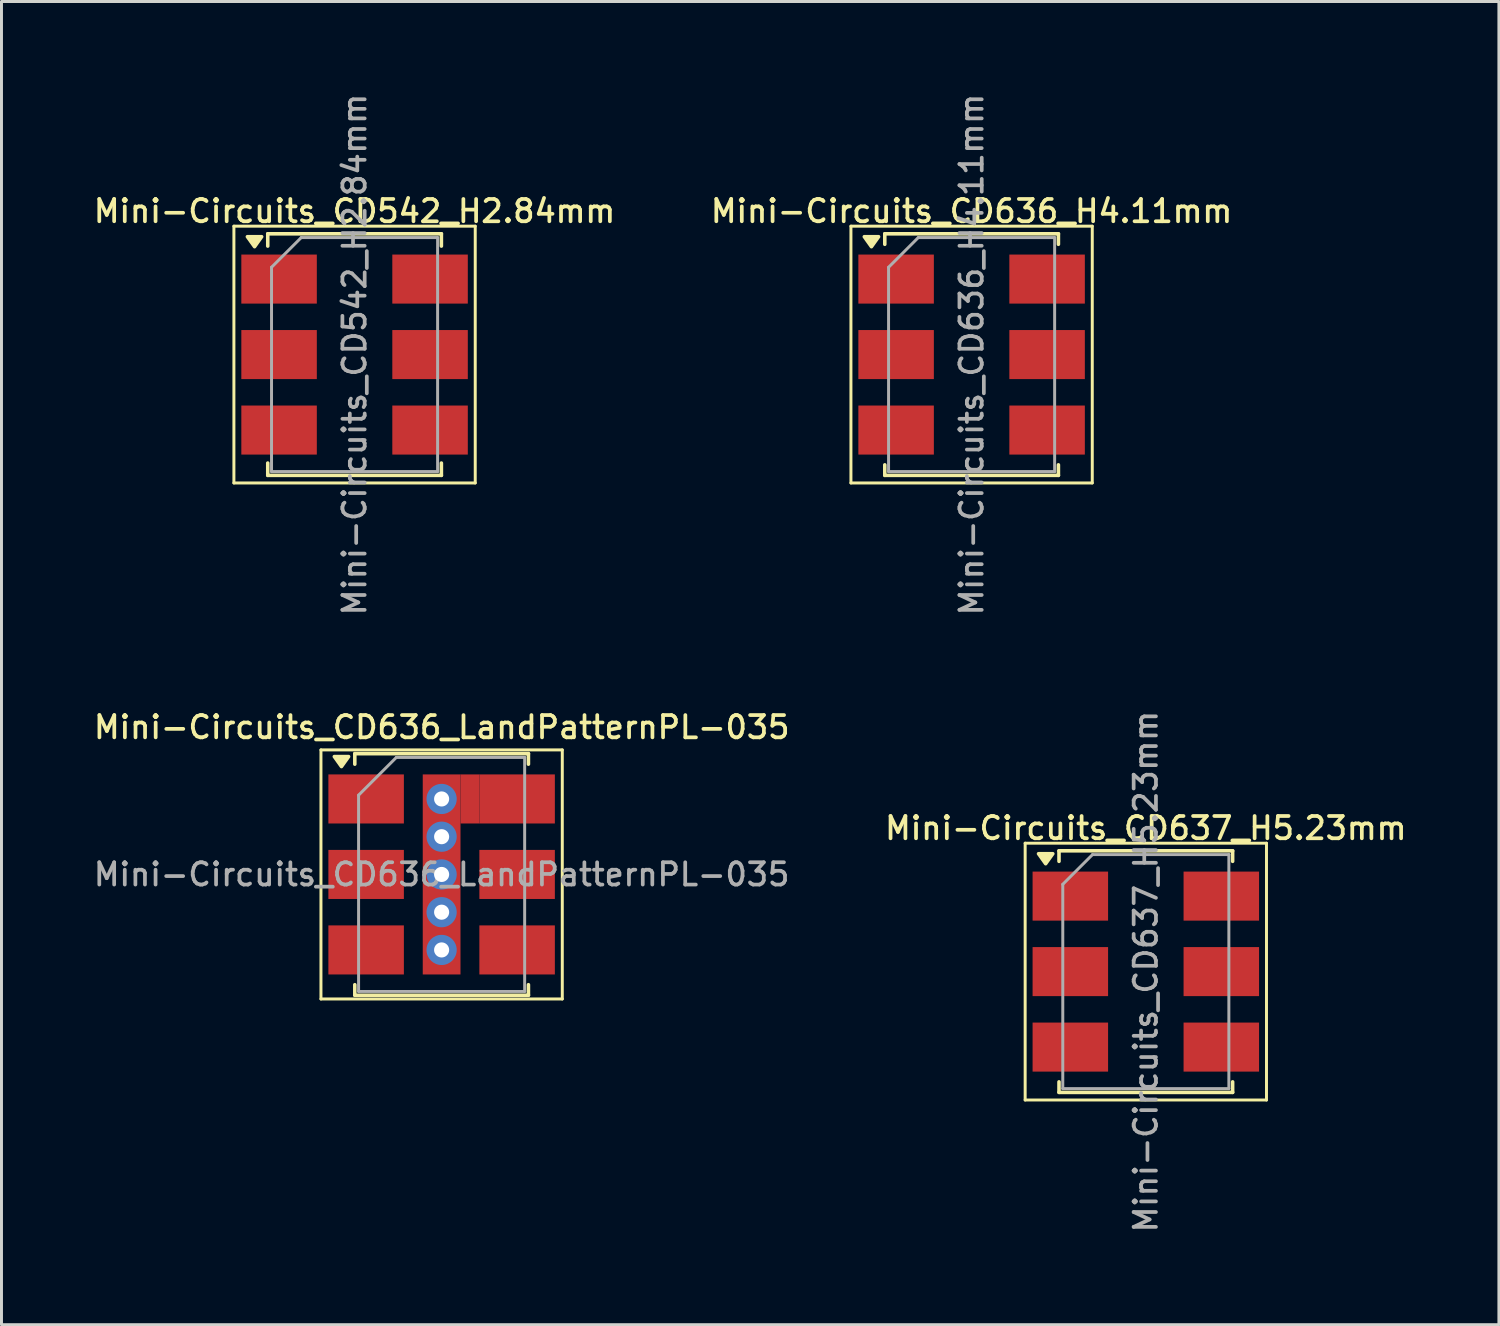
<source format=kicad_pcb>
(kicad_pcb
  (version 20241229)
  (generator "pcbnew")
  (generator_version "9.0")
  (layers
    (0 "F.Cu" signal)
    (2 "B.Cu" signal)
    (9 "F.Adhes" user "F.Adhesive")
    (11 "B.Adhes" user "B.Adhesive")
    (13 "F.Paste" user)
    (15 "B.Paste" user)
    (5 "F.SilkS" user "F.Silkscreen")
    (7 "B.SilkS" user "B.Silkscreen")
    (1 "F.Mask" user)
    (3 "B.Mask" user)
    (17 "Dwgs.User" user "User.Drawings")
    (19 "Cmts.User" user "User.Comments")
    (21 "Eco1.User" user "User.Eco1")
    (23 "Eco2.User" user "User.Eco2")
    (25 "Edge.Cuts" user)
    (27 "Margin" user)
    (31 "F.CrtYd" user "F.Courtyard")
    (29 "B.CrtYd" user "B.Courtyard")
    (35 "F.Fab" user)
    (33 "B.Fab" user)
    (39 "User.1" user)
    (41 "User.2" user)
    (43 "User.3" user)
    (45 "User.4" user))
  (footprint "Mini-Circuits_CD636_LandPatternPL-035"
    (layer "F.Cu")
    (at 11.809 26.372)
    (property "Reference" "Mini-Circuits_CD636_LandPatternPL-035" (at 0.004 -4.953 0) (layer "F.SilkS") (effects (font (size 0.75 0.75) (thickness 0.125))))
    (attr smd)
    (fp_line (start -4.06 -4.19) (end -4.06 4.19) (stroke (width 0.1) (type solid)) (layer "F.SilkS"))
    (fp_line (start -4.06 -4.19) (end 4.06 -4.19) (stroke (width 0.1) (type solid)) (layer "F.SilkS"))
    (fp_line (start -2.921 -4.064) (end -2.921 -3.71) (stroke (width 0.12) (type solid)) (layer "F.SilkS"))
    (fp_line (start -2.921 3.71) (end -2.921 4.064) (stroke (width 0.12) (type solid)) (layer "F.SilkS"))
    (fp_line (start -2.921 4.064) (end 2.921 4.064) (stroke (width 0.12) (type solid)) (layer "F.SilkS"))
    (fp_line (start 2.921 -4.064) (end -2.921 -4.064) (stroke (width 0.12) (type solid)) (layer "F.SilkS"))
    (fp_line (start 2.921 -3.71) (end 2.921 -4.064) (stroke (width 0.12) (type solid)) (layer "F.SilkS"))
    (fp_line (start 2.921 4.064) (end 2.921 3.71) (stroke (width 0.12) (type solid)) (layer "F.SilkS"))
    (fp_line (start 4.06 4.19) (end -4.06 4.19) (stroke (width 0.1) (type solid)) (layer "F.SilkS"))
    (fp_line (start 4.06 4.19) (end 4.06 -4.19) (stroke (width 0.1) (type solid)) (layer "F.SilkS"))
    (fp_poly (pts (xy -3.37 -3.63) (xy -3.61 -3.966) (xy -3.13 -3.966) (xy -3.37 -3.63)) (stroke (width 0.12) (type solid)) (fill yes) (layer "F.SilkS"))
    (fp_line (start -2.794 -2.667) (end -2.794 3.937) (stroke (width 0.1) (type solid)) (layer "F.Fab"))
    (fp_line (start -2.794 3.937) (end 2.794 3.937) (stroke (width 0.1) (type solid)) (layer "F.Fab"))
    (fp_line (start -1.524 -3.937) (end -2.794 -2.667) (stroke (width 0.1) (type solid)) (layer "F.Fab"))
    (fp_line (start 2.794 -3.937) (end -1.524 -3.937) (stroke (width 0.1) (type solid)) (layer "F.Fab"))
    (fp_line (start 2.794 -3.937) (end 2.794 3.937) (stroke (width 0.1) (type solid)) (layer "F.Fab"))
    (fp_text user "${REFERENCE}" (at 0 0 0) (layer "F.Fab") (effects (font (size 0.75 0.75) (thickness 0.125))))
    (pad "1" smd rect (at -2.54 -2.54 270) (size 1.651 2.54) (layers "F.Cu" "F.Mask" "F.Paste"))
    (pad "2" smd rect (at -2.54 0 270) (size 1.651 2.54) (layers "F.Cu" "F.Mask" "F.Paste"))
    (pad "3" smd rect (at -2.54 2.54 270) (size 1.651 2.54) (layers "F.Cu" "F.Mask" "F.Paste"))
    (pad "4" smd rect (at 2.54 2.54 270) (size 1.651 2.54) (layers "F.Cu" "F.Mask" "F.Paste"))
    (pad "5" smd rect (at 2.54 0 270) (size 1.651 2.54) (layers "F.Cu" "F.Mask" "F.Paste"))
    (pad "6" thru_hole circle (at 0 -2.54 270) (size 1.016 1.016) (drill 0.508) (layers "*.Cu"))
    (pad "6" thru_hole circle (at 0 -1.27 270) (size 1.016 1.016) (drill 0.508) (layers "*.Cu"))
    (pad "6" thru_hole circle (at 0 0 270) (size 1.016 1.016) (drill 0.508) (layers "*.Cu"))
    (pad "6" smd rect (at 0 0 270) (size 6.731 1.27) (layers "F.Cu"))
    (pad "6" thru_hole circle (at 0 1.27 270) (size 1.016 1.016) (drill 0.508) (layers "*.Cu"))
    (pad "6" thru_hole circle (at 0 2.54 270) (size 1.016 1.016) (drill 0.508) (layers "*.Cu"))
    (pad "6" smd rect (at 0.953 -2.54 270) (size 1.651 0.635) (layers "F.Cu"))
    (pad "6" smd rect (at 2.54 -2.54 270) (size 1.651 2.54) (layers "F.Cu" "F.Mask" "F.Paste")))
  (footprint "Mini-Circuits_CD637_H5.23mm"
    (layer "F.Cu")
    (at 35.503 29.641)
    (property "Reference" "Mini-Circuits_CD637_H5.23mm" (at 0 -4.826 0) (layer "F.SilkS") (effects (font (size 0.75 0.75) (thickness 0.125))))
    (attr smd)
    (fp_line (start -4.06 4.32) (end -4.06 -4.32) (stroke (width 0.1) (type solid)) (layer "F.SilkS"))
    (fp_line (start -2.921 -4.064) (end -2.921 -3.71) (stroke (width 0.12) (type solid)) (layer "F.SilkS"))
    (fp_line (start -2.921 3.71) (end -2.921 4.064) (stroke (width 0.12) (type solid)) (layer "F.SilkS"))
    (fp_line (start -2.921 4.064) (end 2.921 4.064) (stroke (width 0.12) (type solid)) (layer "F.SilkS"))
    (fp_line (start 2.921 -4.064) (end -2.921 -4.064) (stroke (width 0.12) (type solid)) (layer "F.SilkS"))
    (fp_line (start 2.921 -3.71) (end 2.921 -4.064) (stroke (width 0.12) (type solid)) (layer "F.SilkS"))
    (fp_line (start 2.921 4.064) (end 2.921 3.71) (stroke (width 0.12) (type solid)) (layer "F.SilkS"))
    (fp_line (start 4.06 -4.32) (end -4.06 -4.32) (stroke (width 0.1) (type solid)) (layer "F.SilkS"))
    (fp_line (start 4.06 4.32) (end -4.06 4.32) (stroke (width 0.1) (type solid)) (layer "F.SilkS"))
    (fp_line (start 4.06 4.32) (end 4.06 -4.32) (stroke (width 0.1) (type solid)) (layer "F.SilkS"))
    (fp_poly (pts (xy -3.37 -3.63) (xy -3.61 -3.966) (xy -3.13 -3.966) (xy -3.37 -3.63)) (stroke (width 0.12) (type solid)) (fill yes) (layer "F.SilkS"))
    (fp_line (start -2.794 3.937) (end -2.794 -2.937) (stroke (width 0.1) (type solid)) (layer "F.Fab"))
    (fp_line (start -1.794 -3.937) (end -2.794 -2.937) (stroke (width 0.1) (type solid)) (layer "F.Fab"))
    (fp_line (start -1.794 -3.937) (end 2.794 -3.937) (stroke (width 0.1) (type solid)) (layer "F.Fab"))
    (fp_line (start 2.794 -3.937) (end 2.794 3.937) (stroke (width 0.1) (type solid)) (layer "F.Fab"))
    (fp_line (start 2.794 3.937) (end -2.794 3.937) (stroke (width 0.1) (type solid)) (layer "F.Fab"))
    (fp_text user "${REFERENCE}" (at 0 0 90) (layer "F.Fab") (effects (font (size 0.75 0.75) (thickness 0.125))))
    (pad "1" smd rect (at -2.54 -2.54) (size 2.54 1.65) (layers "F.Cu" "F.Mask" "F.Paste"))
    (pad "2" smd rect (at -2.54 0) (size 2.54 1.65) (layers "F.Cu" "F.Mask" "F.Paste"))
    (pad "3" smd rect (at -2.54 2.54) (size 2.54 1.65) (layers "F.Cu" "F.Mask" "F.Paste"))
    (pad "4" smd rect (at 2.54 2.54) (size 2.54 1.65) (layers "F.Cu" "F.Mask" "F.Paste"))
    (pad "5" smd rect (at 2.54 0) (size 2.54 1.65) (layers "F.Cu" "F.Mask" "F.Paste"))
    (pad "6" smd rect (at 2.54 -2.54) (size 2.54 1.65) (layers "F.Cu" "F.Mask" "F.Paste")))
  (footprint "Mini-Circuits_CD542_H2.84mm"
    (layer "F.Cu")
    (at 8.88 8.88)
    (property "Reference" "Mini-Circuits_CD542_H2.84mm" (at 0 -4.826 0) (layer "F.SilkS") (effects (font (size 0.75 0.75) (thickness 0.125))))
    (attr smd)
    (fp_line (start -4.06 4.32) (end -4.06 -4.32) (stroke (width 0.1) (type solid)) (layer "F.SilkS"))
    (fp_line (start -2.921 -4.064) (end -2.921 -3.65) (stroke (width 0.12) (type solid)) (layer "F.SilkS"))
    (fp_line (start -2.921 3.65) (end -2.921 4.064) (stroke (width 0.12) (type solid)) (layer "F.SilkS"))
    (fp_line (start -2.921 4.064) (end 2.921 4.064) (stroke (width 0.12) (type solid)) (layer "F.SilkS"))
    (fp_line (start 2.921 -4.064) (end -2.921 -4.064) (stroke (width 0.12) (type solid)) (layer "F.SilkS"))
    (fp_line (start 2.921 -4.064) (end 2.921 -3.65) (stroke (width 0.12) (type solid)) (layer "F.SilkS"))
    (fp_line (start 2.921 3.65) (end 2.921 4.064) (stroke (width 0.12) (type solid)) (layer "F.SilkS"))
    (fp_line (start 4.06 -4.32) (end -4.06 -4.32) (stroke (width 0.1) (type solid)) (layer "F.SilkS"))
    (fp_line (start 4.06 4.32) (end -4.06 4.32) (stroke (width 0.1) (type solid)) (layer "F.SilkS"))
    (fp_line (start 4.06 4.32) (end 4.06 -4.32) (stroke (width 0.1) (type solid)) (layer "F.SilkS"))
    (fp_poly (pts (xy -3.365 -3.63) (xy -3.606 -3.966) (xy -3.126 -3.966) (xy -3.365 -3.63)) (stroke (width 0.12) (type solid)) (fill yes) (layer "F.SilkS"))
    (fp_line (start -2.794 3.937) (end -2.794 -2.937) (stroke (width 0.1) (type solid)) (layer "F.Fab"))
    (fp_line (start -1.794 -3.937) (end -2.794 -2.937) (stroke (width 0.1) (type solid)) (layer "F.Fab"))
    (fp_line (start -1.794 -3.937) (end 2.794 -3.937) (stroke (width 0.1) (type solid)) (layer "F.Fab"))
    (fp_line (start 2.794 -3.937) (end 2.794 3.937) (stroke (width 0.1) (type solid)) (layer "F.Fab"))
    (fp_line (start 2.794 3.937) (end -2.794 3.937) (stroke (width 0.1) (type solid)) (layer "F.Fab"))
    (fp_text user "${REFERENCE}" (at 0 0 90) (layer "F.Fab") (effects (font (size 0.75 0.75) (thickness 0.125))))
    (pad "1" smd rect (at -2.54 -2.54) (size 2.54 1.65) (layers "F.Cu" "F.Mask" "F.Paste"))
    (pad "2" smd rect (at -2.54 0) (size 2.54 1.65) (layers "F.Cu" "F.Mask" "F.Paste"))
    (pad "3" smd rect (at -2.54 2.54) (size 2.54 1.65) (layers "F.Cu" "F.Mask" "F.Paste"))
    (pad "4" smd rect (at 2.54 2.54) (size 2.54 1.65) (layers "F.Cu" "F.Mask" "F.Paste"))
    (pad "5" smd rect (at 2.54 0) (size 2.54 1.65) (layers "F.Cu" "F.Mask" "F.Paste"))
    (pad "6" smd rect (at 2.54 -2.54) (size 2.54 1.65) (layers "F.Cu" "F.Mask" "F.Paste")))
  (footprint "Mini-Circuits_CD636_H4.11mm"
    (layer "F.Cu")
    (at 29.641 8.88)
    (property "Reference" "Mini-Circuits_CD636_H4.11mm" (at 0 -4.826 0) (layer "F.SilkS") (effects (font (size 0.75 0.75) (thickness 0.125))))
    (attr smd)
    (fp_line (start -4.06 4.32) (end -4.06 -4.32) (stroke (width 0.1) (type solid)) (layer "F.SilkS"))
    (fp_line (start -2.921 -4.064) (end -2.921 -3.71) (stroke (width 0.12) (type solid)) (layer "F.SilkS"))
    (fp_line (start -2.921 4.064) (end -2.921 3.71) (stroke (width 0.12) (type solid)) (layer "F.SilkS"))
    (fp_line (start -2.921 4.064) (end 2.921 4.064) (stroke (width 0.12) (type solid)) (layer "F.SilkS"))
    (fp_line (start 2.921 -4.064) (end -2.921 -4.064) (stroke (width 0.12) (type solid)) (layer "F.SilkS"))
    (fp_line (start 2.921 -3.71) (end 2.921 -4.064) (stroke (width 0.12) (type solid)) (layer "F.SilkS"))
    (fp_line (start 2.921 4.064) (end 2.921 3.71) (stroke (width 0.12) (type solid)) (layer "F.SilkS"))
    (fp_line (start 4.06 -4.32) (end -4.06 -4.32) (stroke (width 0.1) (type solid)) (layer "F.SilkS"))
    (fp_line (start 4.06 4.32) (end -4.06 4.32) (stroke (width 0.1) (type solid)) (layer "F.SilkS"))
    (fp_line (start 4.06 4.32) (end 4.06 -4.32) (stroke (width 0.1) (type solid)) (layer "F.SilkS"))
    (fp_poly (pts (xy -3.37 -3.63) (xy -3.61 -3.966) (xy -3.13 -3.966) (xy -3.37 -3.63)) (stroke (width 0.12) (type solid)) (fill yes) (layer "F.SilkS"))
    (fp_line (start -2.794 3.937) (end -2.794 -2.937) (stroke (width 0.1) (type solid)) (layer "F.Fab"))
    (fp_line (start -1.794 -3.937) (end -2.794 -2.937) (stroke (width 0.1) (type solid)) (layer "F.Fab"))
    (fp_line (start -1.794 -3.937) (end 2.794 -3.937) (stroke (width 0.1) (type solid)) (layer "F.Fab"))
    (fp_line (start 2.794 -3.937) (end 2.794 3.937) (stroke (width 0.1) (type solid)) (layer "F.Fab"))
    (fp_line (start 2.794 3.937) (end -2.794 3.937) (stroke (width 0.1) (type solid)) (layer "F.Fab"))
    (fp_text user "${REFERENCE}" (at 0 0 90) (layer "F.Fab") (effects (font (size 0.75 0.75) (thickness 0.125))))
    (pad "1" smd rect (at -2.54 -2.54) (size 2.54 1.65) (layers "F.Cu" "F.Mask" "F.Paste"))
    (pad "2" smd rect (at -2.54 0) (size 2.54 1.65) (layers "F.Cu" "F.Mask" "F.Paste"))
    (pad "3" smd rect (at -2.54 2.54) (size 2.54 1.65) (layers "F.Cu" "F.Mask" "F.Paste"))
    (pad "4" smd rect (at 2.54 2.54) (size 2.54 1.65) (layers "F.Cu" "F.Mask" "F.Paste"))
    (pad "5" smd rect (at 2.54 0) (size 2.54 1.65) (layers "F.Cu" "F.Mask" "F.Paste"))
    (pad "6" smd rect (at 2.54 -2.54) (size 2.54 1.65) (layers "F.Cu" "F.Mask" "F.Paste")))
  (gr_rect
    (start -3 -3)
    (end 47.383 41.521)
    (stroke (width 0.1) (type default))
    (fill no)
    (layer "Edge.Cuts")))
</source>
